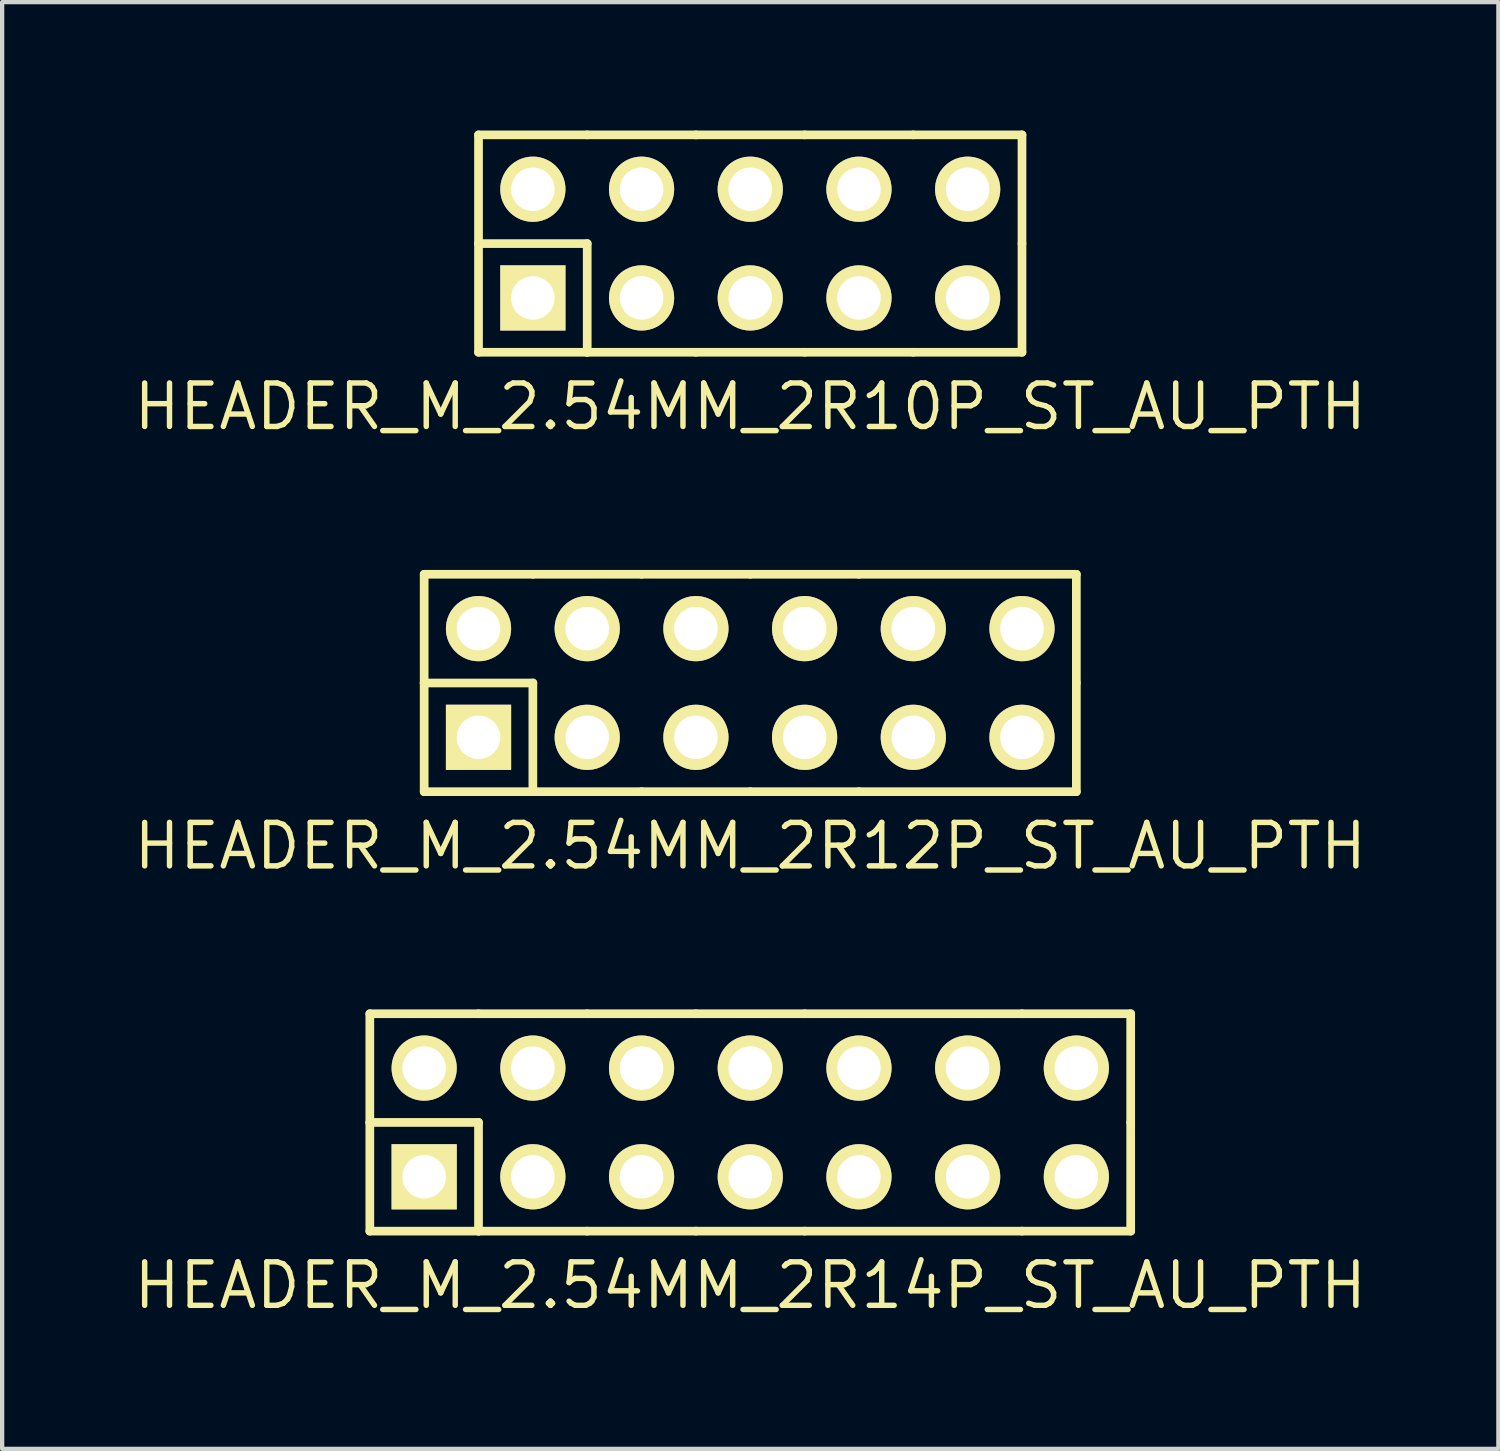
<source format=kicad_pcb>
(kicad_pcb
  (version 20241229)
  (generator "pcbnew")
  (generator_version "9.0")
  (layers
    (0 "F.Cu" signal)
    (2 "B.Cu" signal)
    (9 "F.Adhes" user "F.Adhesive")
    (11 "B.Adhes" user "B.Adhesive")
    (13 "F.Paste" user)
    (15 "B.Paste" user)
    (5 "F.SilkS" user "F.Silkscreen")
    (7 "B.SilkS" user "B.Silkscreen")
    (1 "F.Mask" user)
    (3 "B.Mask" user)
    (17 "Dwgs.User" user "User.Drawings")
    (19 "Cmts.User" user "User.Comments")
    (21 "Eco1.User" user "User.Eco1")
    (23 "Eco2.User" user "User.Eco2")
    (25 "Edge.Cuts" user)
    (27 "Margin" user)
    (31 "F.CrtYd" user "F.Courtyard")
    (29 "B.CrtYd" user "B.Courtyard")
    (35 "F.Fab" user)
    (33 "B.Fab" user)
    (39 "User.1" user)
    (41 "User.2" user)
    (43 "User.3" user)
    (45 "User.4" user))
  (footprint "HEADER_M_2.54MM_2R14P_ST_AU_PTH"
    (layer "F.Cu")
    (at 14.482 23.179)
    (property "Reference" "HEADER_M_2.54MM_2R14P_ST_AU_PTH" (at 0 3.81 0) (layer "F.SilkS") (effects (font (size 1.016 1.016) (thickness 0.127))))
    (attr through_hole)
    (fp_line (start -8.89 -2.54) (end -6.35 -2.54) (stroke (width 0.203) (type solid)) (layer "F.SilkS"))
    (fp_line (start -8.89 0) (end -8.89 -2.54) (stroke (width 0.203) (type solid)) (layer "F.SilkS"))
    (fp_line (start -8.89 0) (end -6.35 0) (stroke (width 0.203) (type solid)) (layer "F.SilkS"))
    (fp_line (start -8.89 2.54) (end -8.89 0) (stroke (width 0.203) (type solid)) (layer "F.SilkS"))
    (fp_line (start -8.89 2.54) (end -6.35 2.54) (stroke (width 0.203) (type solid)) (layer "F.SilkS"))
    (fp_line (start -6.35 -2.54) (end -3.81 -2.54) (stroke (width 0.203) (type solid)) (layer "F.SilkS"))
    (fp_line (start -6.35 0) (end -6.35 2.54) (stroke (width 0.203) (type solid)) (layer "F.SilkS"))
    (fp_line (start -6.35 2.54) (end -3.81 2.54) (stroke (width 0.203) (type solid)) (layer "F.SilkS"))
    (fp_line (start -3.81 -2.54) (end -1.27 -2.54) (stroke (width 0.203) (type solid)) (layer "F.SilkS"))
    (fp_line (start -3.81 2.54) (end -1.27 2.54) (stroke (width 0.203) (type solid)) (layer "F.SilkS"))
    (fp_line (start -1.27 -2.54) (end 1.27 -2.54) (stroke (width 0.203) (type solid)) (layer "F.SilkS"))
    (fp_line (start -1.27 2.54) (end 1.27 2.54) (stroke (width 0.203) (type solid)) (layer "F.SilkS"))
    (fp_line (start 1.27 -2.54) (end 6.35 -2.54) (stroke (width 0.203) (type solid)) (layer "F.SilkS"))
    (fp_line (start 1.27 2.54) (end 6.35 2.54) (stroke (width 0.203) (type solid)) (layer "F.SilkS"))
    (fp_line (start 6.35 -2.54) (end 8.89 -2.54) (stroke (width 0.203) (type solid)) (layer "F.SilkS"))
    (fp_line (start 6.35 2.54) (end 8.89 2.54) (stroke (width 0.203) (type solid)) (layer "F.SilkS"))
    (fp_line (start 8.89 -2.54) (end 8.89 0) (stroke (width 0.203) (type solid)) (layer "F.SilkS"))
    (fp_line (start 8.89 0) (end 8.89 2.54) (stroke (width 0.203) (type solid)) (layer "F.SilkS"))
    (pad "1" thru_hole rect (at -7.62 1.27) (size 1.524 1.524) (drill 1.016) (layers "*.Cu" "*.Mask" "F.SilkS"))
    (pad "2" thru_hole circle (at -7.62 -1.27) (size 1.524 1.524) (drill 1.016) (layers "*.Cu" "*.Mask" "F.SilkS"))
    (pad "3" thru_hole circle (at -5.08 -1.27) (size 1.524 1.524) (drill 1.016) (layers "*.Cu" "*.Mask" "F.SilkS"))
    (pad "4" thru_hole circle (at -5.08 1.27) (size 1.524 1.524) (drill 1.016) (layers "*.Cu" "*.Mask" "F.SilkS"))
    (pad "5" thru_hole circle (at -2.54 1.27) (size 1.524 1.524) (drill 1.016) (layers "*.Cu" "*.Mask" "F.SilkS"))
    (pad "6" thru_hole circle (at -2.54 -1.27) (size 1.524 1.524) (drill 1.016) (layers "*.Cu" "*.Mask" "F.SilkS"))
    (pad "7" thru_hole circle (at 0 1.27) (size 1.524 1.524) (drill 1.016) (layers "*.Cu" "*.Mask" "F.SilkS"))
    (pad "8" thru_hole circle (at 0 -1.27) (size 1.524 1.524) (drill 1.016) (layers "*.Cu" "*.Mask" "F.SilkS"))
    (pad "9" thru_hole circle (at 2.54 1.27) (size 1.524 1.524) (drill 1.016) (layers "*.Cu" "*.Mask" "F.SilkS"))
    (pad "10" thru_hole circle (at 2.54 -1.27) (size 1.524 1.524) (drill 1.016) (layers "*.Cu" "*.Mask" "F.SilkS"))
    (pad "11" thru_hole circle (at 5.08 1.27) (size 1.524 1.524) (drill 1.016) (layers "*.Cu" "*.Mask" "F.SilkS"))
    (pad "12" thru_hole circle (at 5.08 -1.27) (size 1.524 1.524) (drill 1.016) (layers "*.Cu" "*.Mask" "F.SilkS"))
    (pad "13" thru_hole circle (at 7.62 1.27) (size 1.524 1.524) (drill 1.016) (layers "*.Cu" "*.Mask" "F.SilkS"))
    (pad "14" thru_hole circle (at 7.62 -1.27) (size 1.524 1.524) (drill 1.016) (layers "*.Cu" "*.Mask" "F.SilkS")))
  (footprint "HEADER_M_2.54MM_2R10P_ST_AU_PTH"
    (layer "F.Cu")
    (at 14.482 2.642)
    (property "Reference" "HEADER_M_2.54MM_2R10P_ST_AU_PTH" (at 0 3.81 0) (layer "F.SilkS") (effects (font (size 1.016 1.016) (thickness 0.127))))
    (attr through_hole)
    (fp_line (start -6.35 -2.54) (end -3.81 -2.54) (stroke (width 0.203) (type solid)) (layer "F.SilkS"))
    (fp_line (start -6.35 0) (end -6.35 -2.54) (stroke (width 0.203) (type solid)) (layer "F.SilkS"))
    (fp_line (start -6.35 0) (end -3.81 0) (stroke (width 0.203) (type solid)) (layer "F.SilkS"))
    (fp_line (start -6.35 2.54) (end -6.35 0) (stroke (width 0.203) (type solid)) (layer "F.SilkS"))
    (fp_line (start -6.35 2.54) (end -3.81 2.54) (stroke (width 0.203) (type solid)) (layer "F.SilkS"))
    (fp_line (start -3.81 -2.54) (end -1.27 -2.54) (stroke (width 0.203) (type solid)) (layer "F.SilkS"))
    (fp_line (start -3.81 0) (end -3.81 2.54) (stroke (width 0.203) (type solid)) (layer "F.SilkS"))
    (fp_line (start -3.81 2.54) (end -1.27 2.54) (stroke (width 0.203) (type solid)) (layer "F.SilkS"))
    (fp_line (start -1.27 -2.54) (end 1.27 -2.54) (stroke (width 0.203) (type solid)) (layer "F.SilkS"))
    (fp_line (start -1.27 2.54) (end 1.27 2.54) (stroke (width 0.203) (type solid)) (layer "F.SilkS"))
    (fp_line (start 1.27 -2.54) (end 3.81 -2.54) (stroke (width 0.203) (type solid)) (layer "F.SilkS"))
    (fp_line (start 1.27 2.54) (end 3.81 2.54) (stroke (width 0.203) (type solid)) (layer "F.SilkS"))
    (fp_line (start 3.81 -2.54) (end 6.35 -2.54) (stroke (width 0.203) (type solid)) (layer "F.SilkS"))
    (fp_line (start 3.81 2.54) (end 6.35 2.54) (stroke (width 0.203) (type solid)) (layer "F.SilkS"))
    (fp_line (start 6.35 -2.54) (end 6.35 0) (stroke (width 0.203) (type solid)) (layer "F.SilkS"))
    (fp_line (start 6.35 0) (end 6.35 2.54) (stroke (width 0.203) (type solid)) (layer "F.SilkS"))
    (pad "1" thru_hole rect (at -5.08 1.27) (size 1.524 1.524) (drill 1.016) (layers "*.Cu" "*.Mask" "F.SilkS"))
    (pad "2" thru_hole circle (at -5.08 -1.27) (size 1.524 1.524) (drill 1.016) (layers "*.Cu" "*.Mask" "F.SilkS"))
    (pad "3" thru_hole circle (at -2.54 -1.27) (size 1.524 1.524) (drill 1.016) (layers "*.Cu" "*.Mask" "F.SilkS"))
    (pad "4" thru_hole circle (at -2.54 1.27) (size 1.524 1.524) (drill 1.016) (layers "*.Cu" "*.Mask" "F.SilkS"))
    (pad "5" thru_hole circle (at 0 1.27) (size 1.524 1.524) (drill 1.016) (layers "*.Cu" "*.Mask" "F.SilkS"))
    (pad "6" thru_hole circle (at 0 -1.27) (size 1.524 1.524) (drill 1.016) (layers "*.Cu" "*.Mask" "F.SilkS"))
    (pad "7" thru_hole circle (at 2.54 1.27) (size 1.524 1.524) (drill 1.016) (layers "*.Cu" "*.Mask" "F.SilkS"))
    (pad "8" thru_hole circle (at 2.54 -1.27) (size 1.524 1.524) (drill 1.016) (layers "*.Cu" "*.Mask" "F.SilkS"))
    (pad "9" thru_hole circle (at 5.08 1.27) (size 1.524 1.524) (drill 1.016) (layers "*.Cu" "*.Mask" "F.SilkS"))
    (pad "10" thru_hole circle (at 5.08 -1.27) (size 1.524 1.524) (drill 1.016) (layers "*.Cu" "*.Mask" "F.SilkS")))
  (footprint "HEADER_M_2.54MM_2R12P_ST_AU_PTH"
    (layer "F.Cu")
    (at 14.482 12.91)
    (property "Reference" "HEADER_M_2.54MM_2R12P_ST_AU_PTH" (at 0 3.81 0) (layer "F.SilkS") (effects (font (size 1.016 1.016) (thickness 0.127))))
    (attr through_hole)
    (fp_line (start -7.62 -2.54) (end -5.08 -2.54) (stroke (width 0.203) (type solid)) (layer "F.SilkS"))
    (fp_line (start -7.62 0) (end -7.62 -2.54) (stroke (width 0.203) (type solid)) (layer "F.SilkS"))
    (fp_line (start -7.62 0) (end -5.08 0) (stroke (width 0.203) (type solid)) (layer "F.SilkS"))
    (fp_line (start -7.62 2.54) (end -7.62 0) (stroke (width 0.203) (type solid)) (layer "F.SilkS"))
    (fp_line (start -7.62 2.54) (end -5.08 2.54) (stroke (width 0.203) (type solid)) (layer "F.SilkS"))
    (fp_line (start -5.08 -2.54) (end -2.54 -2.54) (stroke (width 0.203) (type solid)) (layer "F.SilkS"))
    (fp_line (start -5.08 0) (end -5.08 2.54) (stroke (width 0.203) (type solid)) (layer "F.SilkS"))
    (fp_line (start -5.08 2.54) (end -2.54 2.54) (stroke (width 0.203) (type solid)) (layer "F.SilkS"))
    (fp_line (start -2.54 -2.54) (end 0 -2.54) (stroke (width 0.203) (type solid)) (layer "F.SilkS"))
    (fp_line (start -2.54 2.54) (end 0 2.54) (stroke (width 0.203) (type solid)) (layer "F.SilkS"))
    (fp_line (start 0 -2.54) (end 2.54 -2.54) (stroke (width 0.203) (type solid)) (layer "F.SilkS"))
    (fp_line (start 0 2.54) (end 2.54 2.54) (stroke (width 0.203) (type solid)) (layer "F.SilkS"))
    (fp_line (start 2.54 -2.54) (end 7.62 -2.54) (stroke (width 0.203) (type solid)) (layer "F.SilkS"))
    (fp_line (start 2.54 2.54) (end 7.62 2.54) (stroke (width 0.203) (type solid)) (layer "F.SilkS"))
    (fp_line (start 7.62 -2.54) (end 7.62 0) (stroke (width 0.203) (type solid)) (layer "F.SilkS"))
    (fp_line (start 7.62 0) (end 7.62 2.54) (stroke (width 0.203) (type solid)) (layer "F.SilkS"))
    (pad "1" thru_hole rect (at -6.35 1.27) (size 1.524 1.524) (drill 1.016) (layers "*.Cu" "*.Mask" "F.SilkS"))
    (pad "2" thru_hole circle (at -6.35 -1.27) (size 1.524 1.524) (drill 1.016) (layers "*.Cu" "*.Mask" "F.SilkS"))
    (pad "3" thru_hole circle (at -3.81 -1.27) (size 1.524 1.524) (drill 1.016) (layers "*.Cu" "*.Mask" "F.SilkS"))
    (pad "4" thru_hole circle (at -3.81 1.27) (size 1.524 1.524) (drill 1.016) (layers "*.Cu" "*.Mask" "F.SilkS"))
    (pad "5" thru_hole circle (at -1.27 1.27) (size 1.524 1.524) (drill 1.016) (layers "*.Cu" "*.Mask" "F.SilkS"))
    (pad "6" thru_hole circle (at -1.27 -1.27) (size 1.524 1.524) (drill 1.016) (layers "*.Cu" "*.Mask" "F.SilkS"))
    (pad "7" thru_hole circle (at 1.27 1.27) (size 1.524 1.524) (drill 1.016) (layers "*.Cu" "*.Mask" "F.SilkS"))
    (pad "8" thru_hole circle (at 1.27 -1.27) (size 1.524 1.524) (drill 1.016) (layers "*.Cu" "*.Mask" "F.SilkS"))
    (pad "9" thru_hole circle (at 3.81 1.27) (size 1.524 1.524) (drill 1.016) (layers "*.Cu" "*.Mask" "F.SilkS"))
    (pad "10" thru_hole circle (at 3.81 -1.27) (size 1.524 1.524) (drill 1.016) (layers "*.Cu" "*.Mask" "F.SilkS"))
    (pad "11" thru_hole circle (at 6.35 1.27) (size 1.524 1.524) (drill 1.016) (layers "*.Cu" "*.Mask" "F.SilkS"))
    (pad "12" thru_hole circle (at 6.35 -1.27) (size 1.524 1.524) (drill 1.016) (layers "*.Cu" "*.Mask" "F.SilkS")))
  (gr_rect
    (start -3 -3)
    (end 31.964 30.807)
    (stroke (width 0.1) (type default))
    (fill no)
    (layer "Edge.Cuts")))
</source>
